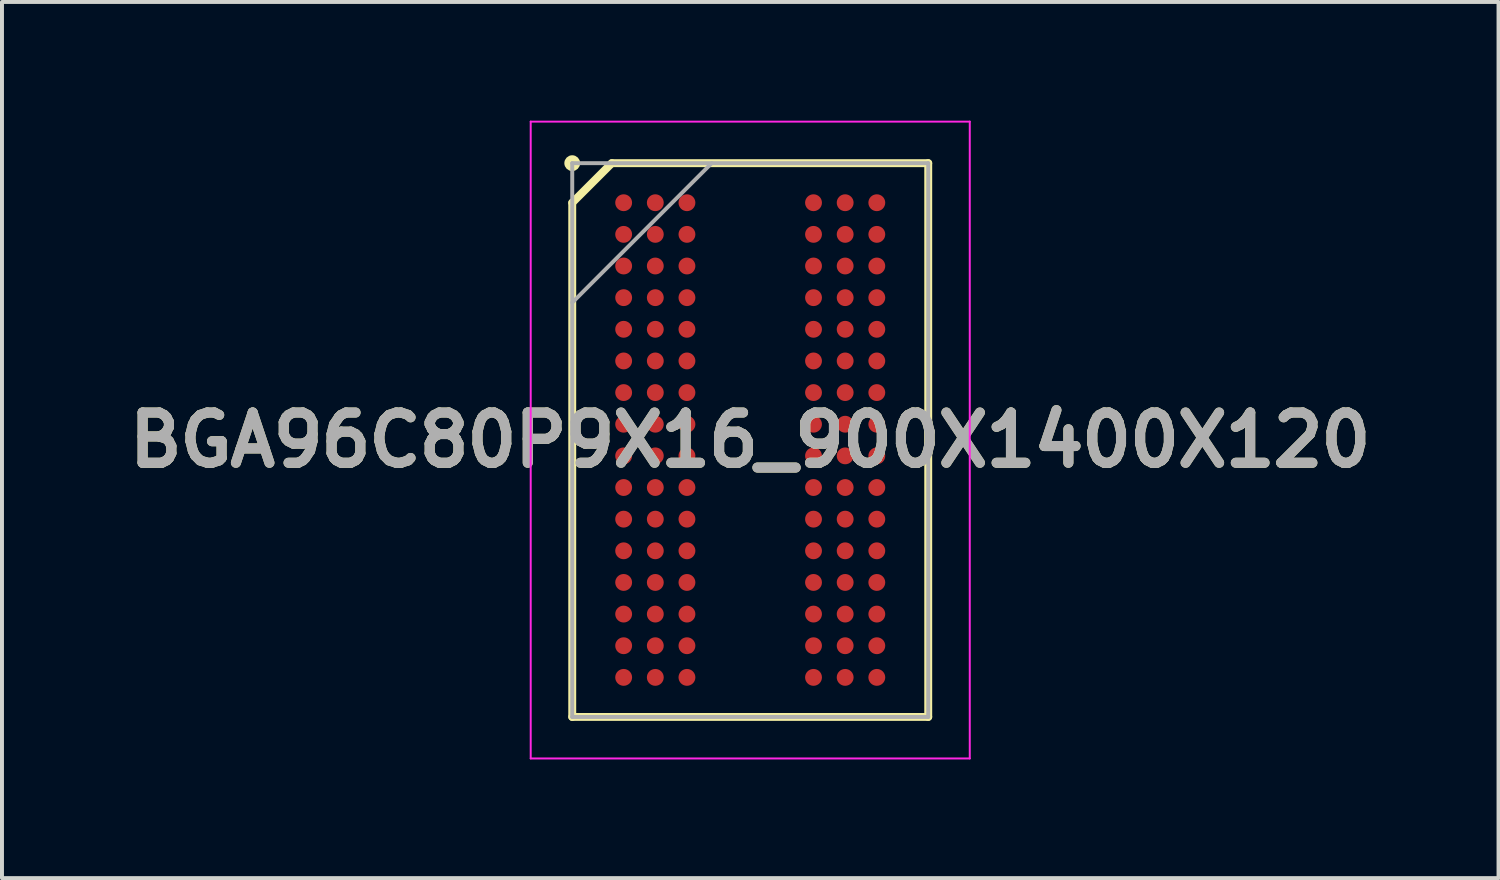
<source format=kicad_pcb>
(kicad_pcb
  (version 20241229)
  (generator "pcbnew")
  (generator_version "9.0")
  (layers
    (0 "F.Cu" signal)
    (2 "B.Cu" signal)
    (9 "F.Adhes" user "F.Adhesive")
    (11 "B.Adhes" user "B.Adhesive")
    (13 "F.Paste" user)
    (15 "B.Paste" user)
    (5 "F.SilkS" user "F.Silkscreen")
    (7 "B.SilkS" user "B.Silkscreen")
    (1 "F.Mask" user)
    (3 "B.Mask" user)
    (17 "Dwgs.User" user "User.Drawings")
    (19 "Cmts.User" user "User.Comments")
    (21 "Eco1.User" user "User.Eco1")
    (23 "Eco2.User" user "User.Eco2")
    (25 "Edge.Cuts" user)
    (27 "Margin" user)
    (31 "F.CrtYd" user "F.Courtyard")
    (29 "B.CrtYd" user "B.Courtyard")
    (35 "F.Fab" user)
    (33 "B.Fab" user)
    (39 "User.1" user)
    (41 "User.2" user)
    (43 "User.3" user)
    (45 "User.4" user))
  (footprint "BGA96C80P9X16_900X1400X120"
    (layer "F.Cu")
    (at 15.917 8.075)
    (property "Reference" "BGA96C80P9X16_900X1400X120" (at 0 0 0) (layer "F.SilkS") (effects (font (size 1.27 1.27) (thickness 0.254))))
    (attr smd)
    (fp_line (start -4.5 -6) (end -3.5 -7) (stroke (width 0.2) (type solid)) (layer "F.SilkS"))
    (fp_line (start -4.5 7) (end -4.5 -6) (stroke (width 0.2) (type solid)) (layer "F.SilkS"))
    (fp_line (start -3.5 -7) (end 4.5 -7) (stroke (width 0.2) (type solid)) (layer "F.SilkS"))
    (fp_line (start 4.5 -7) (end 4.5 7) (stroke (width 0.2) (type solid)) (layer "F.SilkS"))
    (fp_line (start 4.5 7) (end -4.5 7) (stroke (width 0.2) (type solid)) (layer "F.SilkS"))
    (fp_circle (center -4.5 -7) (end -4.5 -6.9) (stroke (width 0.2) (type solid)) (fill no) (layer "F.SilkS"))
    (fp_line (start -5.55 -8.05) (end 5.55 -8.05) (stroke (width 0.05) (type solid)) (layer "F.CrtYd"))
    (fp_line (start -5.55 8.05) (end -5.55 -8.05) (stroke (width 0.05) (type solid)) (layer "F.CrtYd"))
    (fp_line (start 5.55 -8.05) (end 5.55 8.05) (stroke (width 0.05) (type solid)) (layer "F.CrtYd"))
    (fp_line (start 5.55 8.05) (end -5.55 8.05) (stroke (width 0.05) (type solid)) (layer "F.CrtYd"))
    (fp_line (start -4.5 -7) (end 4.5 -7) (stroke (width 0.1) (type solid)) (layer "F.Fab"))
    (fp_line (start -4.5 -3.475) (end -0.975 -7) (stroke (width 0.1) (type solid)) (layer "F.Fab"))
    (fp_line (start -4.5 7) (end -4.5 -7) (stroke (width 0.1) (type solid)) (layer "F.Fab"))
    (fp_line (start 4.5 -7) (end 4.5 7) (stroke (width 0.1) (type solid)) (layer "F.Fab"))
    (fp_line (start 4.5 7) (end -4.5 7) (stroke (width 0.1) (type solid)) (layer "F.Fab"))
    (fp_text user "${REFERENCE}" (at 0 0 0) (layer "F.Fab") (effects (font (size 1.27 1.27) (thickness 0.254))))
    (pad "A1" smd circle (at -3.2 -6 90) (size 0.426 0.426) (layers "F.Cu" "F.Mask" "F.Paste"))
    (pad "A2" smd circle (at -2.4 -6 90) (size 0.426 0.426) (layers "F.Cu" "F.Mask" "F.Paste"))
    (pad "A3" smd circle (at -1.6 -6 90) (size 0.426 0.426) (layers "F.Cu" "F.Mask" "F.Paste"))
    (pad "A7" smd circle (at 1.6 -6 90) (size 0.426 0.426) (layers "F.Cu" "F.Mask" "F.Paste"))
    (pad "A8" smd circle (at 2.4 -6 90) (size 0.426 0.426) (layers "F.Cu" "F.Mask" "F.Paste"))
    (pad "A9" smd circle (at 3.2 -6 90) (size 0.426 0.426) (layers "F.Cu" "F.Mask" "F.Paste"))
    (pad "B1" smd circle (at -3.2 -5.2 90) (size 0.426 0.426) (layers "F.Cu" "F.Mask" "F.Paste"))
    (pad "B2" smd circle (at -2.4 -5.2 90) (size 0.426 0.426) (layers "F.Cu" "F.Mask" "F.Paste"))
    (pad "B3" smd circle (at -1.6 -5.2 90) (size 0.426 0.426) (layers "F.Cu" "F.Mask" "F.Paste"))
    (pad "B7" smd circle (at 1.6 -5.2 90) (size 0.426 0.426) (layers "F.Cu" "F.Mask" "F.Paste"))
    (pad "B8" smd circle (at 2.4 -5.2 90) (size 0.426 0.426) (layers "F.Cu" "F.Mask" "F.Paste"))
    (pad "B9" smd circle (at 3.2 -5.2 90) (size 0.426 0.426) (layers "F.Cu" "F.Mask" "F.Paste"))
    (pad "C1" smd circle (at -3.2 -4.4 90) (size 0.426 0.426) (layers "F.Cu" "F.Mask" "F.Paste"))
    (pad "C2" smd circle (at -2.4 -4.4 90) (size 0.426 0.426) (layers "F.Cu" "F.Mask" "F.Paste"))
    (pad "C3" smd circle (at -1.6 -4.4 90) (size 0.426 0.426) (layers "F.Cu" "F.Mask" "F.Paste"))
    (pad "C7" smd circle (at 1.6 -4.4 90) (size 0.426 0.426) (layers "F.Cu" "F.Mask" "F.Paste"))
    (pad "C8" smd circle (at 2.4 -4.4 90) (size 0.426 0.426) (layers "F.Cu" "F.Mask" "F.Paste"))
    (pad "C9" smd circle (at 3.2 -4.4 90) (size 0.426 0.426) (layers "F.Cu" "F.Mask" "F.Paste"))
    (pad "D1" smd circle (at -3.2 -3.6 90) (size 0.426 0.426) (layers "F.Cu" "F.Mask" "F.Paste"))
    (pad "D2" smd circle (at -2.4 -3.6 90) (size 0.426 0.426) (layers "F.Cu" "F.Mask" "F.Paste"))
    (pad "D3" smd circle (at -1.6 -3.6 90) (size 0.426 0.426) (layers "F.Cu" "F.Mask" "F.Paste"))
    (pad "D7" smd circle (at 1.6 -3.6 90) (size 0.426 0.426) (layers "F.Cu" "F.Mask" "F.Paste"))
    (pad "D8" smd circle (at 2.4 -3.6 90) (size 0.426 0.426) (layers "F.Cu" "F.Mask" "F.Paste"))
    (pad "D9" smd circle (at 3.2 -3.6 90) (size 0.426 0.426) (layers "F.Cu" "F.Mask" "F.Paste"))
    (pad "E1" smd circle (at -3.2 -2.8 90) (size 0.426 0.426) (layers "F.Cu" "F.Mask" "F.Paste"))
    (pad "E2" smd circle (at -2.4 -2.8 90) (size 0.426 0.426) (layers "F.Cu" "F.Mask" "F.Paste"))
    (pad "E3" smd circle (at -1.6 -2.8 90) (size 0.426 0.426) (layers "F.Cu" "F.Mask" "F.Paste"))
    (pad "E7" smd circle (at 1.6 -2.8 90) (size 0.426 0.426) (layers "F.Cu" "F.Mask" "F.Paste"))
    (pad "E8" smd circle (at 2.4 -2.8 90) (size 0.426 0.426) (layers "F.Cu" "F.Mask" "F.Paste"))
    (pad "E9" smd circle (at 3.2 -2.8 90) (size 0.426 0.426) (layers "F.Cu" "F.Mask" "F.Paste"))
    (pad "F1" smd circle (at -3.2 -2 90) (size 0.426 0.426) (layers "F.Cu" "F.Mask" "F.Paste"))
    (pad "F2" smd circle (at -2.4 -2 90) (size 0.426 0.426) (layers "F.Cu" "F.Mask" "F.Paste"))
    (pad "F3" smd circle (at -1.6 -2 90) (size 0.426 0.426) (layers "F.Cu" "F.Mask" "F.Paste"))
    (pad "F7" smd circle (at 1.6 -2 90) (size 0.426 0.426) (layers "F.Cu" "F.Mask" "F.Paste"))
    (pad "F8" smd circle (at 2.4 -2 90) (size 0.426 0.426) (layers "F.Cu" "F.Mask" "F.Paste"))
    (pad "F9" smd circle (at 3.2 -2 90) (size 0.426 0.426) (layers "F.Cu" "F.Mask" "F.Paste"))
    (pad "G1" smd circle (at -3.2 -1.2 90) (size 0.426 0.426) (layers "F.Cu" "F.Mask" "F.Paste"))
    (pad "G2" smd circle (at -2.4 -1.2 90) (size 0.426 0.426) (layers "F.Cu" "F.Mask" "F.Paste"))
    (pad "G3" smd circle (at -1.6 -1.2 90) (size 0.426 0.426) (layers "F.Cu" "F.Mask" "F.Paste"))
    (pad "G7" smd circle (at 1.6 -1.2 90) (size 0.426 0.426) (layers "F.Cu" "F.Mask" "F.Paste"))
    (pad "G8" smd circle (at 2.4 -1.2 90) (size 0.426 0.426) (layers "F.Cu" "F.Mask" "F.Paste"))
    (pad "G9" smd circle (at 3.2 -1.2 90) (size 0.426 0.426) (layers "F.Cu" "F.Mask" "F.Paste"))
    (pad "H1" smd circle (at -3.2 -0.4 90) (size 0.426 0.426) (layers "F.Cu" "F.Mask" "F.Paste"))
    (pad "H2" smd circle (at -2.4 -0.4 90) (size 0.426 0.426) (layers "F.Cu" "F.Mask" "F.Paste"))
    (pad "H3" smd circle (at -1.6 -0.4 90) (size 0.426 0.426) (layers "F.Cu" "F.Mask" "F.Paste"))
    (pad "H7" smd circle (at 1.6 -0.4 90) (size 0.426 0.426) (layers "F.Cu" "F.Mask" "F.Paste"))
    (pad "H8" smd circle (at 2.4 -0.4 90) (size 0.426 0.426) (layers "F.Cu" "F.Mask" "F.Paste"))
    (pad "H9" smd circle (at 3.2 -0.4 90) (size 0.426 0.426) (layers "F.Cu" "F.Mask" "F.Paste"))
    (pad "J1" smd circle (at -3.2 0.4 90) (size 0.426 0.426) (layers "F.Cu" "F.Mask" "F.Paste"))
    (pad "J2" smd circle (at -2.4 0.4 90) (size 0.426 0.426) (layers "F.Cu" "F.Mask" "F.Paste"))
    (pad "J3" smd circle (at -1.6 0.4 90) (size 0.426 0.426) (layers "F.Cu" "F.Mask" "F.Paste"))
    (pad "J7" smd circle (at 1.6 0.4 90) (size 0.426 0.426) (layers "F.Cu" "F.Mask" "F.Paste"))
    (pad "J8" smd circle (at 2.4 0.4 90) (size 0.426 0.426) (layers "F.Cu" "F.Mask" "F.Paste"))
    (pad "J9" smd circle (at 3.2 0.4 90) (size 0.426 0.426) (layers "F.Cu" "F.Mask" "F.Paste"))
    (pad "K1" smd circle (at -3.2 1.2 90) (size 0.426 0.426) (layers "F.Cu" "F.Mask" "F.Paste"))
    (pad "K2" smd circle (at -2.4 1.2 90) (size 0.426 0.426) (layers "F.Cu" "F.Mask" "F.Paste"))
    (pad "K3" smd circle (at -1.6 1.2 90) (size 0.426 0.426) (layers "F.Cu" "F.Mask" "F.Paste"))
    (pad "K7" smd circle (at 1.6 1.2 90) (size 0.426 0.426) (layers "F.Cu" "F.Mask" "F.Paste"))
    (pad "K8" smd circle (at 2.4 1.2 90) (size 0.426 0.426) (layers "F.Cu" "F.Mask" "F.Paste"))
    (pad "K9" smd circle (at 3.2 1.2 90) (size 0.426 0.426) (layers "F.Cu" "F.Mask" "F.Paste"))
    (pad "L1" smd circle (at -3.2 2 90) (size 0.426 0.426) (layers "F.Cu" "F.Mask" "F.Paste"))
    (pad "L2" smd circle (at -2.4 2 90) (size 0.426 0.426) (layers "F.Cu" "F.Mask" "F.Paste"))
    (pad "L3" smd circle (at -1.6 2 90) (size 0.426 0.426) (layers "F.Cu" "F.Mask" "F.Paste"))
    (pad "L7" smd circle (at 1.6 2 90) (size 0.426 0.426) (layers "F.Cu" "F.Mask" "F.Paste"))
    (pad "L8" smd circle (at 2.4 2 90) (size 0.426 0.426) (layers "F.Cu" "F.Mask" "F.Paste"))
    (pad "L9" smd circle (at 3.2 2 90) (size 0.426 0.426) (layers "F.Cu" "F.Mask" "F.Paste"))
    (pad "M1" smd circle (at -3.2 2.8 90) (size 0.426 0.426) (layers "F.Cu" "F.Mask" "F.Paste"))
    (pad "M2" smd circle (at -2.4 2.8 90) (size 0.426 0.426) (layers "F.Cu" "F.Mask" "F.Paste"))
    (pad "M3" smd circle (at -1.6 2.8 90) (size 0.426 0.426) (layers "F.Cu" "F.Mask" "F.Paste"))
    (pad "M7" smd circle (at 1.6 2.8 90) (size 0.426 0.426) (layers "F.Cu" "F.Mask" "F.Paste"))
    (pad "M8" smd circle (at 2.4 2.8 90) (size 0.426 0.426) (layers "F.Cu" "F.Mask" "F.Paste"))
    (pad "M9" smd circle (at 3.2 2.8 90) (size 0.426 0.426) (layers "F.Cu" "F.Mask" "F.Paste"))
    (pad "N1" smd circle (at -3.2 3.6 90) (size 0.426 0.426) (layers "F.Cu" "F.Mask" "F.Paste"))
    (pad "N2" smd circle (at -2.4 3.6 90) (size 0.426 0.426) (layers "F.Cu" "F.Mask" "F.Paste"))
    (pad "N3" smd circle (at -1.6 3.6 90) (size 0.426 0.426) (layers "F.Cu" "F.Mask" "F.Paste"))
    (pad "N7" smd circle (at 1.6 3.6 90) (size 0.426 0.426) (layers "F.Cu" "F.Mask" "F.Paste"))
    (pad "N8" smd circle (at 2.4 3.6 90) (size 0.426 0.426) (layers "F.Cu" "F.Mask" "F.Paste"))
    (pad "N9" smd circle (at 3.2 3.6 90) (size 0.426 0.426) (layers "F.Cu" "F.Mask" "F.Paste"))
    (pad "P1" smd circle (at -3.2 4.4 90) (size 0.426 0.426) (layers "F.Cu" "F.Mask" "F.Paste"))
    (pad "P2" smd circle (at -2.4 4.4 90) (size 0.426 0.426) (layers "F.Cu" "F.Mask" "F.Paste"))
    (pad "P3" smd circle (at -1.6 4.4 90) (size 0.426 0.426) (layers "F.Cu" "F.Mask" "F.Paste"))
    (pad "P7" smd circle (at 1.6 4.4 90) (size 0.426 0.426) (layers "F.Cu" "F.Mask" "F.Paste"))
    (pad "P8" smd circle (at 2.4 4.4 90) (size 0.426 0.426) (layers "F.Cu" "F.Mask" "F.Paste"))
    (pad "P9" smd circle (at 3.2 4.4 90) (size 0.426 0.426) (layers "F.Cu" "F.Mask" "F.Paste"))
    (pad "R1" smd circle (at -3.2 5.2 90) (size 0.426 0.426) (layers "F.Cu" "F.Mask" "F.Paste"))
    (pad "R2" smd circle (at -2.4 5.2 90) (size 0.426 0.426) (layers "F.Cu" "F.Mask" "F.Paste"))
    (pad "R3" smd circle (at -1.6 5.2 90) (size 0.426 0.426) (layers "F.Cu" "F.Mask" "F.Paste"))
    (pad "R7" smd circle (at 1.6 5.2 90) (size 0.426 0.426) (layers "F.Cu" "F.Mask" "F.Paste"))
    (pad "R8" smd circle (at 2.4 5.2 90) (size 0.426 0.426) (layers "F.Cu" "F.Mask" "F.Paste"))
    (pad "R9" smd circle (at 3.2 5.2 90) (size 0.426 0.426) (layers "F.Cu" "F.Mask" "F.Paste"))
    (pad "T1" smd circle (at -3.2 6 90) (size 0.426 0.426) (layers "F.Cu" "F.Mask" "F.Paste"))
    (pad "T2" smd circle (at -2.4 6 90) (size 0.426 0.426) (layers "F.Cu" "F.Mask" "F.Paste"))
    (pad "T3" smd circle (at -1.6 6 90) (size 0.426 0.426) (layers "F.Cu" "F.Mask" "F.Paste"))
    (pad "T7" smd circle (at 1.6 6 90) (size 0.426 0.426) (layers "F.Cu" "F.Mask" "F.Paste"))
    (pad "T8" smd circle (at 2.4 6 90) (size 0.426 0.426) (layers "F.Cu" "F.Mask" "F.Paste"))
    (pad "T9" smd circle (at 3.2 6 90) (size 0.426 0.426) (layers "F.Cu" "F.Mask" "F.Paste")))
  (gr_rect
    (start -3 -3)
    (end 34.835 19.15)
    (stroke (width 0.1) (type default))
    (fill no)
    (layer "Edge.Cuts")))
</source>
